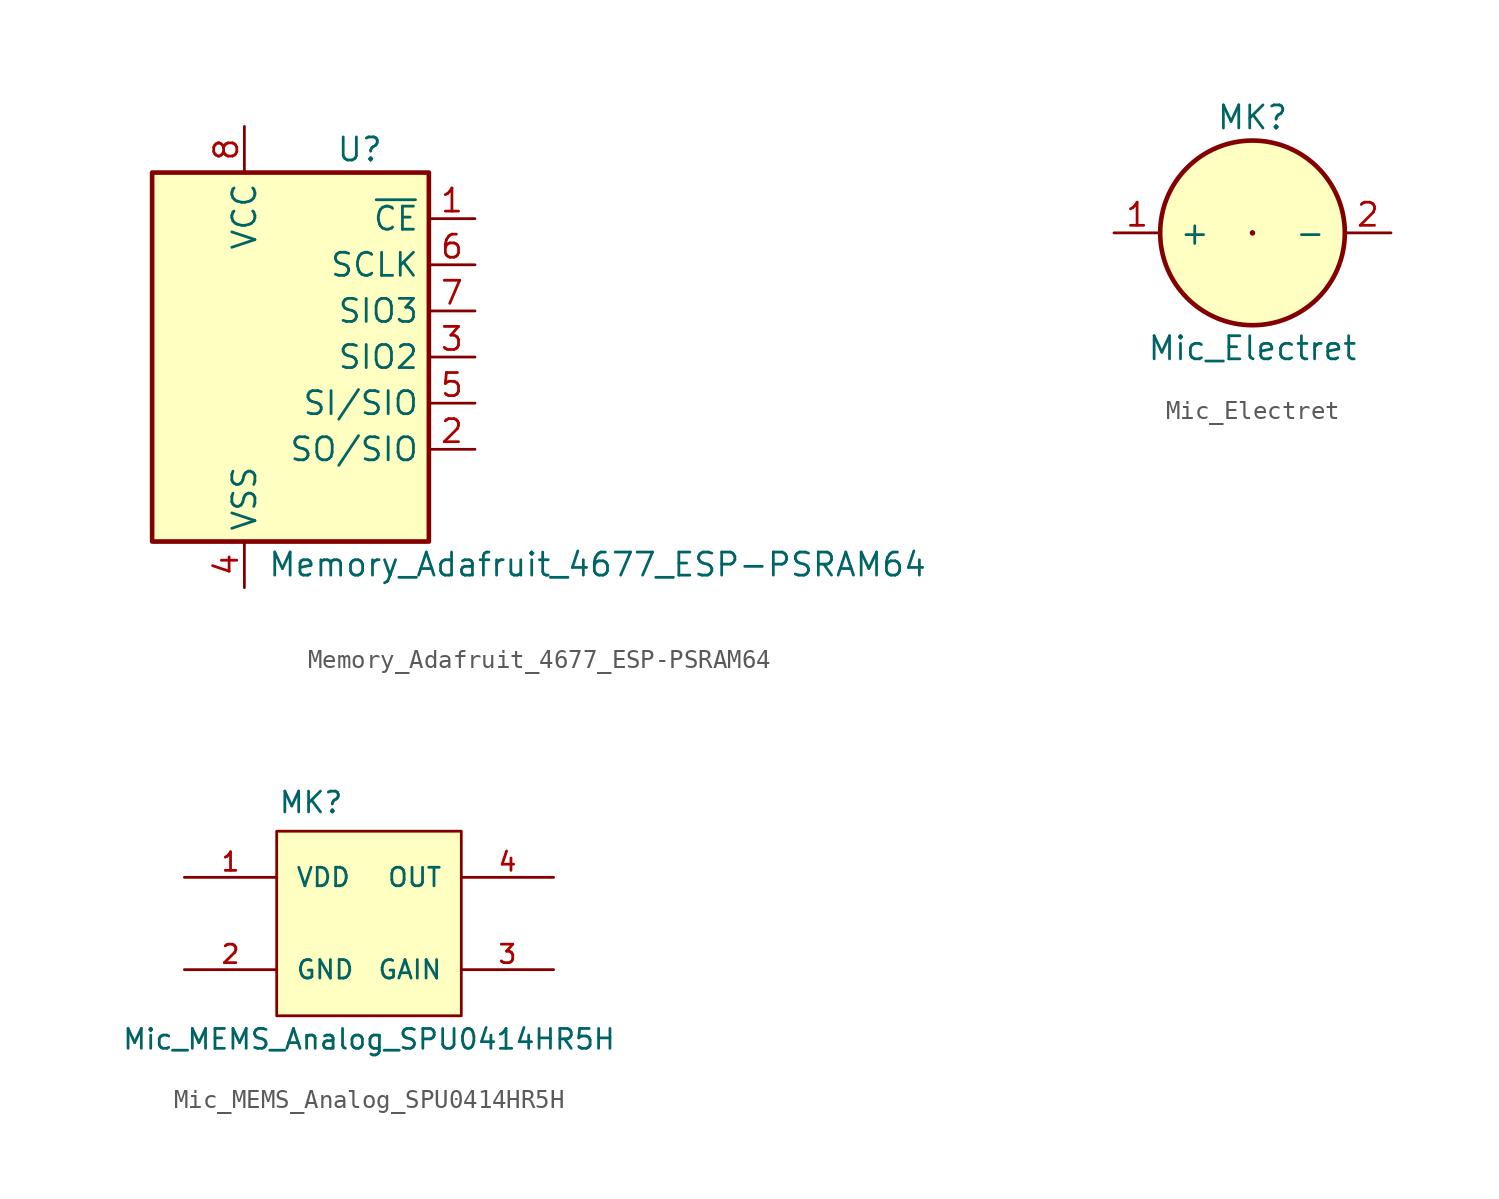
<source format=kicad_sym>
(kicad_symbol_lib
  (version 20220914)
  (generator kicad_symbol_editor)
  (symbol "Memory_Adafruit_4677_ESP-PSRAM64"
    (property "Reference" "U"
      (at 3.81 11.43 0)
      (effects (font (size 1.27 1.27))))
    (property "Value" "Memory_Adafruit_4677_ESP-PSRAM64"
      (at -1.27 -11.43 0)
      (effects (font (size 1.27 1.27)) (justify left)))
    (symbol "Memory_Adafruit_4677_ESP-PSRAM64_0_1"
      (rectangle (start -7.62 10.16) (end 7.62 -10.16) (stroke (width 0.254) (type solid)) (fill (type background))))
    (symbol "Memory_Adafruit_4677_ESP-PSRAM64_1_1"
      (pin input line (at 10.16 7.62 180) (length 2.54) (name "~{CE}" (effects (font (size 1.27 1.27)))) (number "1" (effects (font (size 1.27 1.27)))))
      (pin output line (at 10.16 -5.08 180) (length 2.54) (name "SO/SIO" (effects (font (size 1.27 1.27)))) (number "2" (effects (font (size 1.27 1.27)))))
      (pin bidirectional line (at 10.16 0 180) (length 2.54) (name "SIO2" (effects (font (size 1.27 1.27)))) (number "3" (effects (font (size 1.27 1.27)))))
      (pin power_in line (at -2.54 -12.7 90) (length 2.54) (name "VSS" (effects (font (size 1.27 1.27)))) (number "4" (effects (font (size 1.27 1.27)))))
      (pin input line (at 10.16 -2.54 180) (length 2.54) (name "SI/SIO" (effects (font (size 1.27 1.27)))) (number "5" (effects (font (size 1.27 1.27)))))
      (pin output line (at 10.16 5.08 180) (length 2.54) (name "SCLK" (effects (font (size 1.27 1.27)))) (number "6" (effects (font (size 1.27 1.27)))))
      (pin bidirectional line (at 10.16 2.54 180) (length 2.54) (name "SIO3" (effects (font (size 1.27 1.27)))) (number "7" (effects (font (size 1.27 1.27)))))
      (pin power_in line (at -2.54 12.7 270) (length 2.54) (name "VCC" (effects (font (size 1.27 1.27)))) (number "8" (effects (font (size 1.27 1.27)))))))
  (symbol "Mic_Electret"
    (pin_names
      (offset 1.016))
    (property "Reference" "MK"
      (at 0 6.35 0)
      (effects (font (size 1.27 1.27))))
    (property "Value" "Mic_Electret"
      (at 0 -6.35 0)
      (effects (font (size 1.27 1.27))))
    (symbol "Mic_Electret_0_1"
      (circle (center 0 0) (radius 0.0001) (stroke (width 0) (type solid)) (fill (type none)))
      (circle (center 0 0) (radius 5.08) (stroke (width 0.254) (type solid)) (fill (type background))))
    (symbol "Mic_Electret_1_1"
      (pin passive line (at -7.62 0 0) (length 2.54) (name "+" (effects (font (size 1.27 1.27)))) (number "1" (effects (font (size 1.27 1.27)))))
      (pin passive line (at 7.62 0 180) (length 2.54) (name "-" (effects (font (size 1.27 1.27)))) (number "2" (effects (font (size 1.27 1.27)))))))
  (symbol "Mic_MEMS_Analog_SPU0414HR5H"
    (pin_names
      (offset 1.016))
    (property "Reference" "MK"
      (at -5.004 5.994 0)
      (effects (font (size 1.143 1.143)) (justify left bottom)))
    (property "Value" "Mic_MEMS_Analog_SPU0414HR5H"
      (at 0 -7.01 0)
      (effects (font (size 1.092 1.092)) (justify bottom)))
    (symbol "Mic_MEMS_Analog_SPU0414HR5H_0_1"
      (rectangle (start -5.08 5.08) (end 5.08 -5.08) (stroke (width 0) (type solid)) (fill (type background))))
    (symbol "Mic_MEMS_Analog_SPU0414HR5H_1_1"
      (pin power_in line (at -10.16 2.54 0) (length 5.08) (name "VDD" (effects (font (size 1.016 1.016)))) (number "1" (effects (font (size 1.016 1.016)))))
      (pin power_in line (at -10.16 -2.54 0) (length 5.08) (name "GND" (effects (font (size 1.016 1.016)))) (number "2" (effects (font (size 1.016 1.016)))))
      (pin bidirectional line (at 10.16 -2.54 180) (length 5.08) (name "GAIN" (effects (font (size 1.016 1.016)))) (number "3" (effects (font (size 1.016 1.016)))))
      (pin output line (at 10.16 2.54 180) (length 5.08) (name "OUT" (effects (font (size 1.016 1.016)))) (number "4" (effects (font (size 1.016 1.016))))))))
</source>
